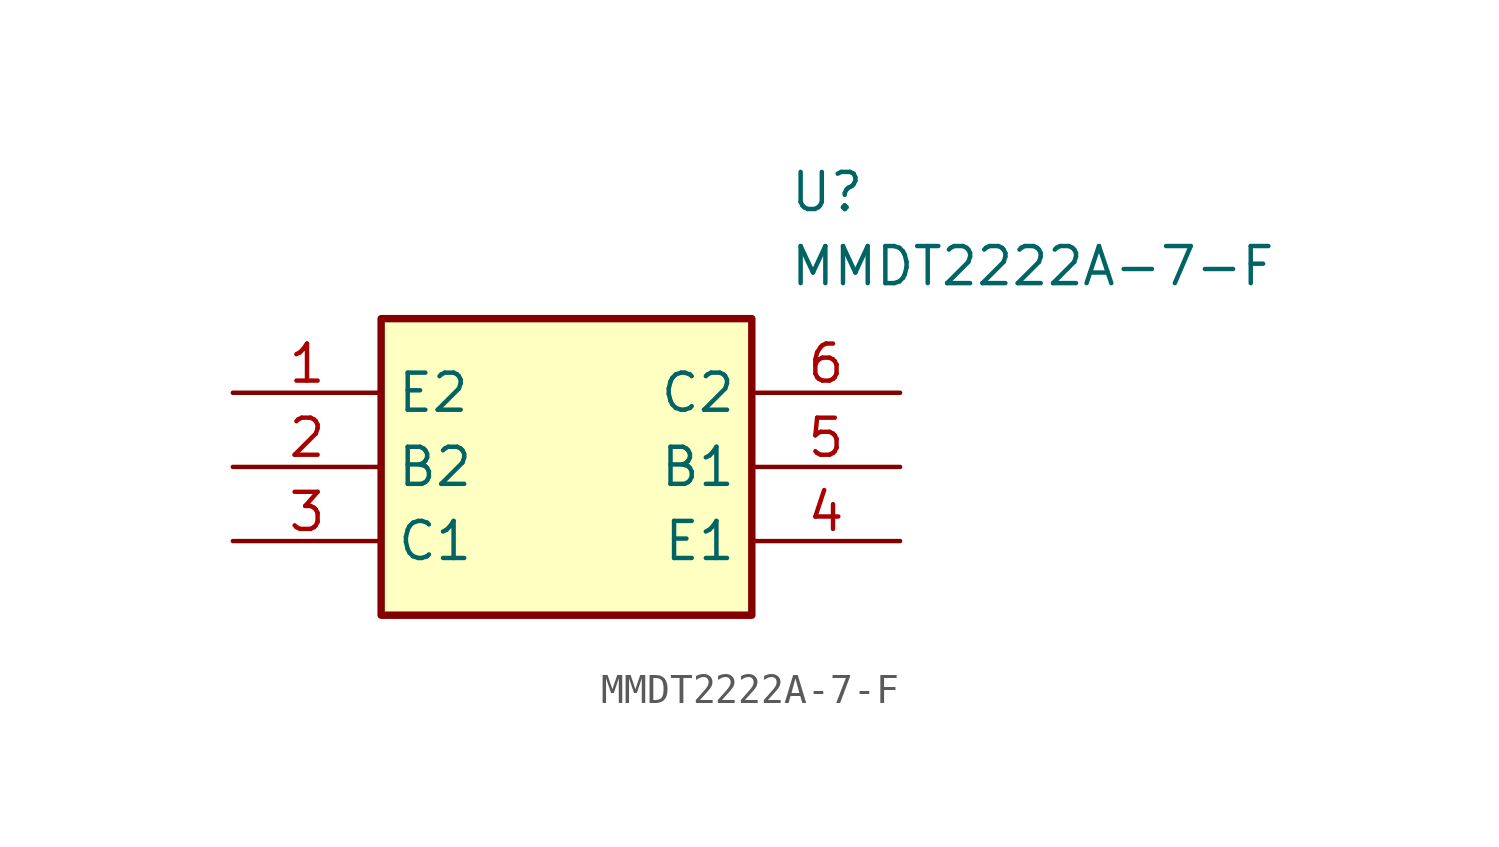
<source format=kicad_sym>
(kicad_symbol_lib
  (version 20211014)
  (generator SamacSys_ECAD_Model)
  (symbol "MMDT2222A-7-F"
    (property "Reference" "U"
      (at 19.05 7.62 0)
      (effects (font (size 1.27 1.27)) (justify left top)))
    (property "Value" "MMDT2222A-7-F"
      (at 19.05 5.08 0)
      (effects (font (size 1.27 1.27)) (justify left top)))
    (rectangle
      (start 5.08 2.54)
      (end 17.78 -7.62)
      (stroke (width 0.254) (type default))
      (fill (type background)))
    (pin passive line
      (at 0 0 0)
      (length 5.08)
      (name "E2" (effects (font (size 1.27 1.27))))
      (number "1" (effects (font (size 1.27 1.27)))))
    (pin passive line
      (at 0 -2.54 0)
      (length 5.08)
      (name "B2" (effects (font (size 1.27 1.27))))
      (number "2" (effects (font (size 1.27 1.27)))))
    (pin passive line
      (at 0 -5.08 0)
      (length 5.08)
      (name "C1" (effects (font (size 1.27 1.27))))
      (number "3" (effects (font (size 1.27 1.27)))))
    (pin passive line
      (at 22.86 0 180)
      (length 5.08)
      (name "C2" (effects (font (size 1.27 1.27))))
      (number "6" (effects (font (size 1.27 1.27)))))
    (pin passive line
      (at 22.86 -2.54 180)
      (length 5.08)
      (name "B1" (effects (font (size 1.27 1.27))))
      (number "5" (effects (font (size 1.27 1.27)))))
    (pin passive line
      (at 22.86 -5.08 180)
      (length 5.08)
      (name "E1" (effects (font (size 1.27 1.27))))
      (number "4" (effects (font (size 1.27 1.27)))))))
</source>
